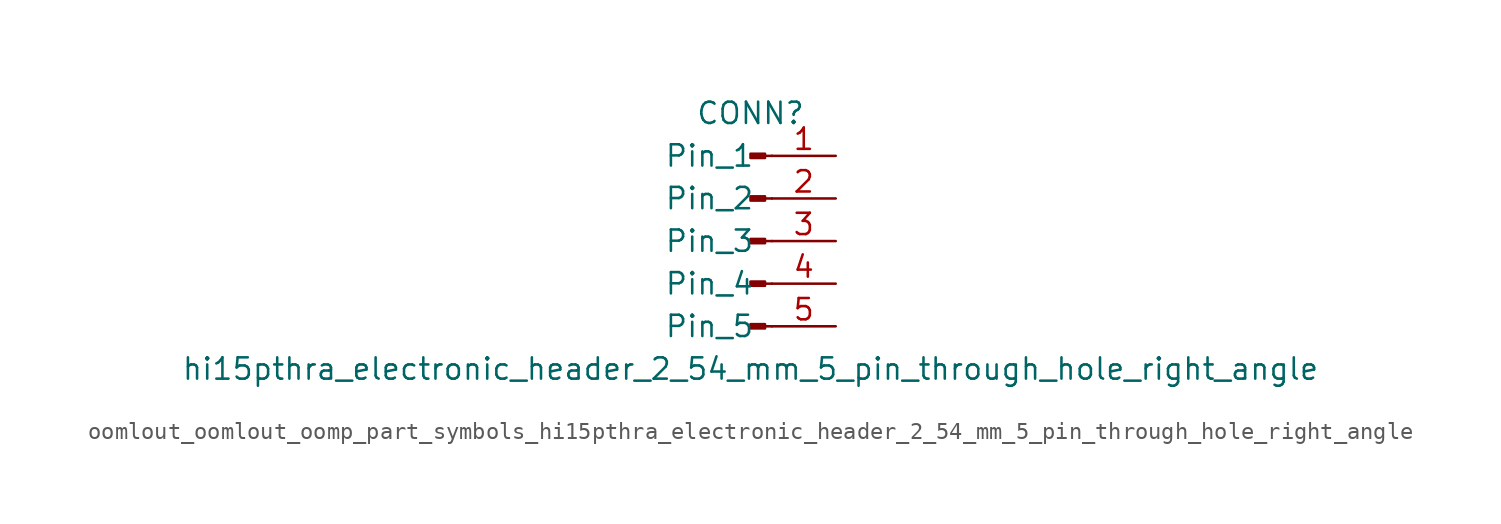
<source format=kicad_sym>
(kicad_symbol_lib
  (version 20220914)
  (generator kicad_symbol_editor)
  (symbol "oomlout_oomlout_oomp_part_symbols_hi15pthra_electronic_header_2_54_mm_5_pin_through_hole_right_angle"
    (pin_names
      (offset 1.016))
    (property "Reference" "CONN"
      (at 0 7.62 0)
      (effects (font (size 1.27 1.27))))
    (property "Value" "hi15pthra_electronic_header_2_54_mm_5_pin_through_hole_right_angle"
      (at 0 -7.62 0)
      (effects (font (size 1.27 1.27))))
    (property "ki_locked" ""
      (at 0 0 0)
      (effects (font (size 1.27 1.27))))
    (symbol "oomlout_oomlout_oomp_part_symbols_hi15pthra_electronic_header_2_54_mm_5_pin_through_hole_right_angle_1_1"
      (polyline (pts (xy 1.27 -5.08) (xy 0.864 -5.08)) (stroke (width 0.152) (type default)) (fill (type none)))
      (polyline (pts (xy 1.27 -2.54) (xy 0.864 -2.54)) (stroke (width 0.152) (type default)) (fill (type none)))
      (polyline (pts (xy 1.27 0) (xy 0.864 0)) (stroke (width 0.152) (type default)) (fill (type none)))
      (polyline (pts (xy 1.27 2.54) (xy 0.864 2.54)) (stroke (width 0.152) (type default)) (fill (type none)))
      (polyline (pts (xy 1.27 5.08) (xy 0.864 5.08)) (stroke (width 0.152) (type default)) (fill (type none)))
      (rectangle (start 0.864 -4.953) (end 0 -5.207) (stroke (width 0.152) (type default)) (fill (type outline)))
      (rectangle (start 0.864 -2.413) (end 0 -2.667) (stroke (width 0.152) (type default)) (fill (type outline)))
      (rectangle (start 0.864 0.127) (end 0 -0.127) (stroke (width 0.152) (type default)) (fill (type outline)))
      (rectangle (start 0.864 2.667) (end 0 2.413) (stroke (width 0.152) (type default)) (fill (type outline)))
      (rectangle (start 0.864 5.207) (end 0 4.953) (stroke (width 0.152) (type default)) (fill (type outline)))
      (pin passive line (at 5.08 5.08 180) (length 3.81) (name "Pin_1" (effects (font (size 1.27 1.27)))) (number "1" (effects (font (size 1.27 1.27)))))
      (pin passive line (at 5.08 2.54 180) (length 3.81) (name "Pin_2" (effects (font (size 1.27 1.27)))) (number "2" (effects (font (size 1.27 1.27)))))
      (pin passive line (at 5.08 0 180) (length 3.81) (name "Pin_3" (effects (font (size 1.27 1.27)))) (number "3" (effects (font (size 1.27 1.27)))))
      (pin passive line (at 5.08 -2.54 180) (length 3.81) (name "Pin_4" (effects (font (size 1.27 1.27)))) (number "4" (effects (font (size 1.27 1.27)))))
      (pin passive line (at 5.08 -5.08 180) (length 3.81) (name "Pin_5" (effects (font (size 1.27 1.27)))) (number "5" (effects (font (size 1.27 1.27))))))))
</source>
